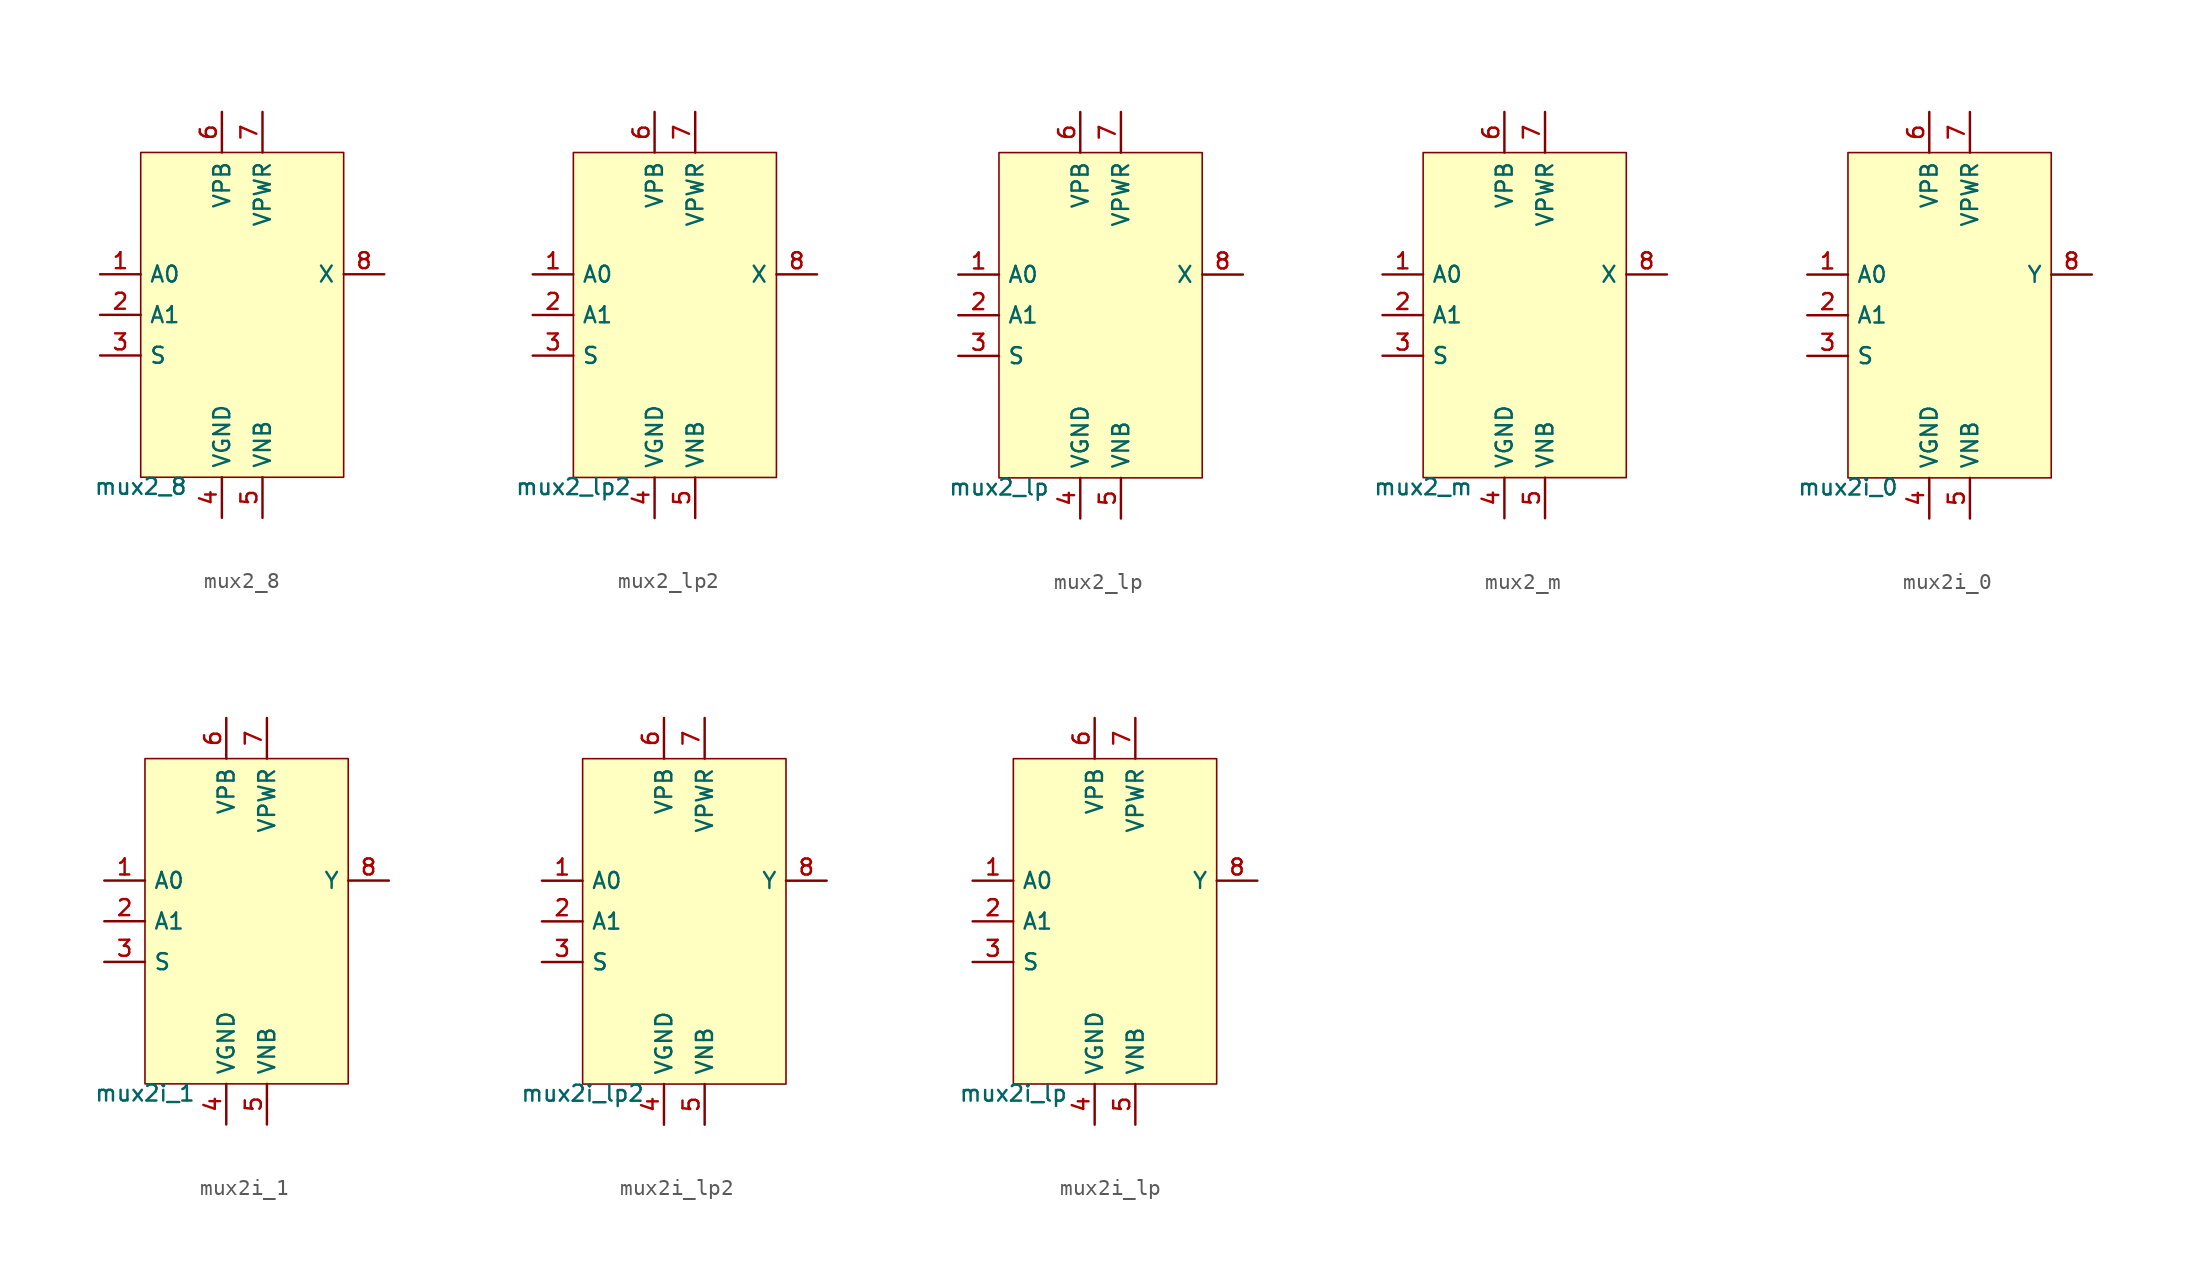
<source format=kicad_sym>
(kicad_symbol_lib
  (version 20211014)
  (generator pdk2kicad)
  (symbol "mux2_8"
    (property "Reference" "X"
      (at 0 0 0)
      (effects (font (size 1 1)) hide))
    (property "Value" "mux2_8"
      (at -6.35 -10.16 0)
      (effects (font (size 1 1)) (justify top)))
    (rectangle
      (start -6.35 -10.16)
      (end 6.35 10.16)
      (stroke (width 0.1) (type solid) (color 0 0 0 0))
      (fill (type background)))
    (pin input line
      (at -8.89 2.54 0)
      (length 2.54)
      (name "A0" (effects (font (size 1 1)) hide))
      (number "1" (effects (font (size 1 1)) hide)))
    (pin input line
      (at -8.89 0.0 0)
      (length 2.54)
      (name "A1" (effects (font (size 1 1)) hide))
      (number "2" (effects (font (size 1 1)) hide)))
    (pin input line
      (at -8.89 -2.54 0)
      (length 2.54)
      (name "S" (effects (font (size 1 1)) hide))
      (number "3" (effects (font (size 1 1)) hide)))
    (pin power_in line
      (at -1.27 -12.7 90)
      (length 2.54)
      (name "VGND" (effects (font (size 1 1)) hide))
      (number "4" (effects (font (size 1 1)) hide)))
    (pin power_in line
      (at 1.27 -12.7 90)
      (length 2.54)
      (name "VNB" (effects (font (size 1 1)) hide))
      (number "5" (effects (font (size 1 1)) hide)))
    (pin power_in line
      (at -1.27 12.7 270)
      (length 2.54)
      (name "VPB" (effects (font (size 1 1)) hide))
      (number "6" (effects (font (size 1 1)) hide)))
    (pin power_in line
      (at 1.27 12.7 270)
      (length 2.54)
      (name "VPWR" (effects (font (size 1 1)) hide))
      (number "7" (effects (font (size 1 1)) hide)))
    (pin output line
      (at 8.89 2.54 180)
      (length 2.54)
      (name "X" (effects (font (size 1 1)) hide))
      (number "8" (effects (font (size 1 1)) hide))))
  (symbol "mux2_lp2"
    (property "Reference" "X"
      (at 0 0 0)
      (effects (font (size 1 1)) hide))
    (property "Value" "mux2_lp2"
      (at -6.35 -10.16 0)
      (effects (font (size 1 1)) (justify top)))
    (rectangle
      (start -6.35 -10.16)
      (end 6.35 10.16)
      (stroke (width 0.1) (type solid) (color 0 0 0 0))
      (fill (type background)))
    (pin input line
      (at -8.89 2.54 0)
      (length 2.54)
      (name "A0" (effects (font (size 1 1)) hide))
      (number "1" (effects (font (size 1 1)) hide)))
    (pin input line
      (at -8.89 0.0 0)
      (length 2.54)
      (name "A1" (effects (font (size 1 1)) hide))
      (number "2" (effects (font (size 1 1)) hide)))
    (pin input line
      (at -8.89 -2.54 0)
      (length 2.54)
      (name "S" (effects (font (size 1 1)) hide))
      (number "3" (effects (font (size 1 1)) hide)))
    (pin power_in line
      (at -1.27 -12.7 90)
      (length 2.54)
      (name "VGND" (effects (font (size 1 1)) hide))
      (number "4" (effects (font (size 1 1)) hide)))
    (pin power_in line
      (at 1.27 -12.7 90)
      (length 2.54)
      (name "VNB" (effects (font (size 1 1)) hide))
      (number "5" (effects (font (size 1 1)) hide)))
    (pin power_in line
      (at -1.27 12.7 270)
      (length 2.54)
      (name "VPB" (effects (font (size 1 1)) hide))
      (number "6" (effects (font (size 1 1)) hide)))
    (pin power_in line
      (at 1.27 12.7 270)
      (length 2.54)
      (name "VPWR" (effects (font (size 1 1)) hide))
      (number "7" (effects (font (size 1 1)) hide)))
    (pin output line
      (at 8.89 2.54 180)
      (length 2.54)
      (name "X" (effects (font (size 1 1)) hide))
      (number "8" (effects (font (size 1 1)) hide))))
  (symbol "mux2_lp"
    (property "Reference" "X"
      (at 0 0 0)
      (effects (font (size 1 1)) hide))
    (property "Value" "mux2_lp"
      (at -6.35 -10.16 0)
      (effects (font (size 1 1)) (justify top)))
    (rectangle
      (start -6.35 -10.16)
      (end 6.35 10.16)
      (stroke (width 0.1) (type solid) (color 0 0 0 0))
      (fill (type background)))
    (pin input line
      (at -8.89 2.54 0)
      (length 2.54)
      (name "A0" (effects (font (size 1 1)) hide))
      (number "1" (effects (font (size 1 1)) hide)))
    (pin input line
      (at -8.89 0.0 0)
      (length 2.54)
      (name "A1" (effects (font (size 1 1)) hide))
      (number "2" (effects (font (size 1 1)) hide)))
    (pin input line
      (at -8.89 -2.54 0)
      (length 2.54)
      (name "S" (effects (font (size 1 1)) hide))
      (number "3" (effects (font (size 1 1)) hide)))
    (pin power_in line
      (at -1.27 -12.7 90)
      (length 2.54)
      (name "VGND" (effects (font (size 1 1)) hide))
      (number "4" (effects (font (size 1 1)) hide)))
    (pin power_in line
      (at 1.27 -12.7 90)
      (length 2.54)
      (name "VNB" (effects (font (size 1 1)) hide))
      (number "5" (effects (font (size 1 1)) hide)))
    (pin power_in line
      (at -1.27 12.7 270)
      (length 2.54)
      (name "VPB" (effects (font (size 1 1)) hide))
      (number "6" (effects (font (size 1 1)) hide)))
    (pin power_in line
      (at 1.27 12.7 270)
      (length 2.54)
      (name "VPWR" (effects (font (size 1 1)) hide))
      (number "7" (effects (font (size 1 1)) hide)))
    (pin output line
      (at 8.89 2.54 180)
      (length 2.54)
      (name "X" (effects (font (size 1 1)) hide))
      (number "8" (effects (font (size 1 1)) hide))))
  (symbol "mux2_m"
    (property "Reference" "X"
      (at 0 0 0)
      (effects (font (size 1 1)) hide))
    (property "Value" "mux2_m"
      (at -6.35 -10.16 0)
      (effects (font (size 1 1)) (justify top)))
    (rectangle
      (start -6.35 -10.16)
      (end 6.35 10.16)
      (stroke (width 0.1) (type solid) (color 0 0 0 0))
      (fill (type background)))
    (pin input line
      (at -8.89 2.54 0)
      (length 2.54)
      (name "A0" (effects (font (size 1 1)) hide))
      (number "1" (effects (font (size 1 1)) hide)))
    (pin input line
      (at -8.89 0.0 0)
      (length 2.54)
      (name "A1" (effects (font (size 1 1)) hide))
      (number "2" (effects (font (size 1 1)) hide)))
    (pin input line
      (at -8.89 -2.54 0)
      (length 2.54)
      (name "S" (effects (font (size 1 1)) hide))
      (number "3" (effects (font (size 1 1)) hide)))
    (pin power_in line
      (at -1.27 -12.7 90)
      (length 2.54)
      (name "VGND" (effects (font (size 1 1)) hide))
      (number "4" (effects (font (size 1 1)) hide)))
    (pin power_in line
      (at 1.27 -12.7 90)
      (length 2.54)
      (name "VNB" (effects (font (size 1 1)) hide))
      (number "5" (effects (font (size 1 1)) hide)))
    (pin power_in line
      (at -1.27 12.7 270)
      (length 2.54)
      (name "VPB" (effects (font (size 1 1)) hide))
      (number "6" (effects (font (size 1 1)) hide)))
    (pin power_in line
      (at 1.27 12.7 270)
      (length 2.54)
      (name "VPWR" (effects (font (size 1 1)) hide))
      (number "7" (effects (font (size 1 1)) hide)))
    (pin output line
      (at 8.89 2.54 180)
      (length 2.54)
      (name "X" (effects (font (size 1 1)) hide))
      (number "8" (effects (font (size 1 1)) hide))))
  (symbol "mux2i_0"
    (property "Reference" "X"
      (at 0 0 0)
      (effects (font (size 1 1)) hide))
    (property "Value" "mux2i_0"
      (at -6.35 -10.16 0)
      (effects (font (size 1 1)) (justify top)))
    (rectangle
      (start -6.35 -10.16)
      (end 6.35 10.16)
      (stroke (width 0.1) (type solid) (color 0 0 0 0))
      (fill (type background)))
    (pin input line
      (at -8.89 2.54 0)
      (length 2.54)
      (name "A0" (effects (font (size 1 1)) hide))
      (number "1" (effects (font (size 1 1)) hide)))
    (pin input line
      (at -8.89 0.0 0)
      (length 2.54)
      (name "A1" (effects (font (size 1 1)) hide))
      (number "2" (effects (font (size 1 1)) hide)))
    (pin input line
      (at -8.89 -2.54 0)
      (length 2.54)
      (name "S" (effects (font (size 1 1)) hide))
      (number "3" (effects (font (size 1 1)) hide)))
    (pin power_in line
      (at -1.27 -12.7 90)
      (length 2.54)
      (name "VGND" (effects (font (size 1 1)) hide))
      (number "4" (effects (font (size 1 1)) hide)))
    (pin power_in line
      (at 1.27 -12.7 90)
      (length 2.54)
      (name "VNB" (effects (font (size 1 1)) hide))
      (number "5" (effects (font (size 1 1)) hide)))
    (pin power_in line
      (at -1.27 12.7 270)
      (length 2.54)
      (name "VPB" (effects (font (size 1 1)) hide))
      (number "6" (effects (font (size 1 1)) hide)))
    (pin power_in line
      (at 1.27 12.7 270)
      (length 2.54)
      (name "VPWR" (effects (font (size 1 1)) hide))
      (number "7" (effects (font (size 1 1)) hide)))
    (pin output line
      (at 8.89 2.54 180)
      (length 2.54)
      (name "Y" (effects (font (size 1 1)) hide))
      (number "8" (effects (font (size 1 1)) hide))))
  (symbol "mux2i_1"
    (property "Reference" "X"
      (at 0 0 0)
      (effects (font (size 1 1)) hide))
    (property "Value" "mux2i_1"
      (at -6.35 -10.16 0)
      (effects (font (size 1 1)) (justify top)))
    (rectangle
      (start -6.35 -10.16)
      (end 6.35 10.16)
      (stroke (width 0.1) (type solid) (color 0 0 0 0))
      (fill (type background)))
    (pin input line
      (at -8.89 2.54 0)
      (length 2.54)
      (name "A0" (effects (font (size 1 1)) hide))
      (number "1" (effects (font (size 1 1)) hide)))
    (pin input line
      (at -8.89 0.0 0)
      (length 2.54)
      (name "A1" (effects (font (size 1 1)) hide))
      (number "2" (effects (font (size 1 1)) hide)))
    (pin input line
      (at -8.89 -2.54 0)
      (length 2.54)
      (name "S" (effects (font (size 1 1)) hide))
      (number "3" (effects (font (size 1 1)) hide)))
    (pin power_in line
      (at -1.27 -12.7 90)
      (length 2.54)
      (name "VGND" (effects (font (size 1 1)) hide))
      (number "4" (effects (font (size 1 1)) hide)))
    (pin power_in line
      (at 1.27 -12.7 90)
      (length 2.54)
      (name "VNB" (effects (font (size 1 1)) hide))
      (number "5" (effects (font (size 1 1)) hide)))
    (pin power_in line
      (at -1.27 12.7 270)
      (length 2.54)
      (name "VPB" (effects (font (size 1 1)) hide))
      (number "6" (effects (font (size 1 1)) hide)))
    (pin power_in line
      (at 1.27 12.7 270)
      (length 2.54)
      (name "VPWR" (effects (font (size 1 1)) hide))
      (number "7" (effects (font (size 1 1)) hide)))
    (pin output line
      (at 8.89 2.54 180)
      (length 2.54)
      (name "Y" (effects (font (size 1 1)) hide))
      (number "8" (effects (font (size 1 1)) hide))))
  (symbol "mux2i_lp2"
    (property "Reference" "X"
      (at 0 0 0)
      (effects (font (size 1 1)) hide))
    (property "Value" "mux2i_lp2"
      (at -6.35 -10.16 0)
      (effects (font (size 1 1)) (justify top)))
    (rectangle
      (start -6.35 -10.16)
      (end 6.35 10.16)
      (stroke (width 0.1) (type solid) (color 0 0 0 0))
      (fill (type background)))
    (pin input line
      (at -8.89 2.54 0)
      (length 2.54)
      (name "A0" (effects (font (size 1 1)) hide))
      (number "1" (effects (font (size 1 1)) hide)))
    (pin input line
      (at -8.89 0.0 0)
      (length 2.54)
      (name "A1" (effects (font (size 1 1)) hide))
      (number "2" (effects (font (size 1 1)) hide)))
    (pin input line
      (at -8.89 -2.54 0)
      (length 2.54)
      (name "S" (effects (font (size 1 1)) hide))
      (number "3" (effects (font (size 1 1)) hide)))
    (pin power_in line
      (at -1.27 -12.7 90)
      (length 2.54)
      (name "VGND" (effects (font (size 1 1)) hide))
      (number "4" (effects (font (size 1 1)) hide)))
    (pin power_in line
      (at 1.27 -12.7 90)
      (length 2.54)
      (name "VNB" (effects (font (size 1 1)) hide))
      (number "5" (effects (font (size 1 1)) hide)))
    (pin power_in line
      (at -1.27 12.7 270)
      (length 2.54)
      (name "VPB" (effects (font (size 1 1)) hide))
      (number "6" (effects (font (size 1 1)) hide)))
    (pin power_in line
      (at 1.27 12.7 270)
      (length 2.54)
      (name "VPWR" (effects (font (size 1 1)) hide))
      (number "7" (effects (font (size 1 1)) hide)))
    (pin output line
      (at 8.89 2.54 180)
      (length 2.54)
      (name "Y" (effects (font (size 1 1)) hide))
      (number "8" (effects (font (size 1 1)) hide))))
  (symbol "mux2i_lp"
    (property "Reference" "X"
      (at 0 0 0)
      (effects (font (size 1 1)) hide))
    (property "Value" "mux2i_lp"
      (at -6.35 -10.16 0)
      (effects (font (size 1 1)) (justify top)))
    (rectangle
      (start -6.35 -10.16)
      (end 6.35 10.16)
      (stroke (width 0.1) (type solid) (color 0 0 0 0))
      (fill (type background)))
    (pin input line
      (at -8.89 2.54 0)
      (length 2.54)
      (name "A0" (effects (font (size 1 1)) hide))
      (number "1" (effects (font (size 1 1)) hide)))
    (pin input line
      (at -8.89 0.0 0)
      (length 2.54)
      (name "A1" (effects (font (size 1 1)) hide))
      (number "2" (effects (font (size 1 1)) hide)))
    (pin input line
      (at -8.89 -2.54 0)
      (length 2.54)
      (name "S" (effects (font (size 1 1)) hide))
      (number "3" (effects (font (size 1 1)) hide)))
    (pin power_in line
      (at -1.27 -12.7 90)
      (length 2.54)
      (name "VGND" (effects (font (size 1 1)) hide))
      (number "4" (effects (font (size 1 1)) hide)))
    (pin power_in line
      (at 1.27 -12.7 90)
      (length 2.54)
      (name "VNB" (effects (font (size 1 1)) hide))
      (number "5" (effects (font (size 1 1)) hide)))
    (pin power_in line
      (at -1.27 12.7 270)
      (length 2.54)
      (name "VPB" (effects (font (size 1 1)) hide))
      (number "6" (effects (font (size 1 1)) hide)))
    (pin power_in line
      (at 1.27 12.7 270)
      (length 2.54)
      (name "VPWR" (effects (font (size 1 1)) hide))
      (number "7" (effects (font (size 1 1)) hide)))
    (pin output line
      (at 8.89 2.54 180)
      (length 2.54)
      (name "Y" (effects (font (size 1 1)) hide))
      (number "8" (effects (font (size 1 1)) hide)))))
</source>
